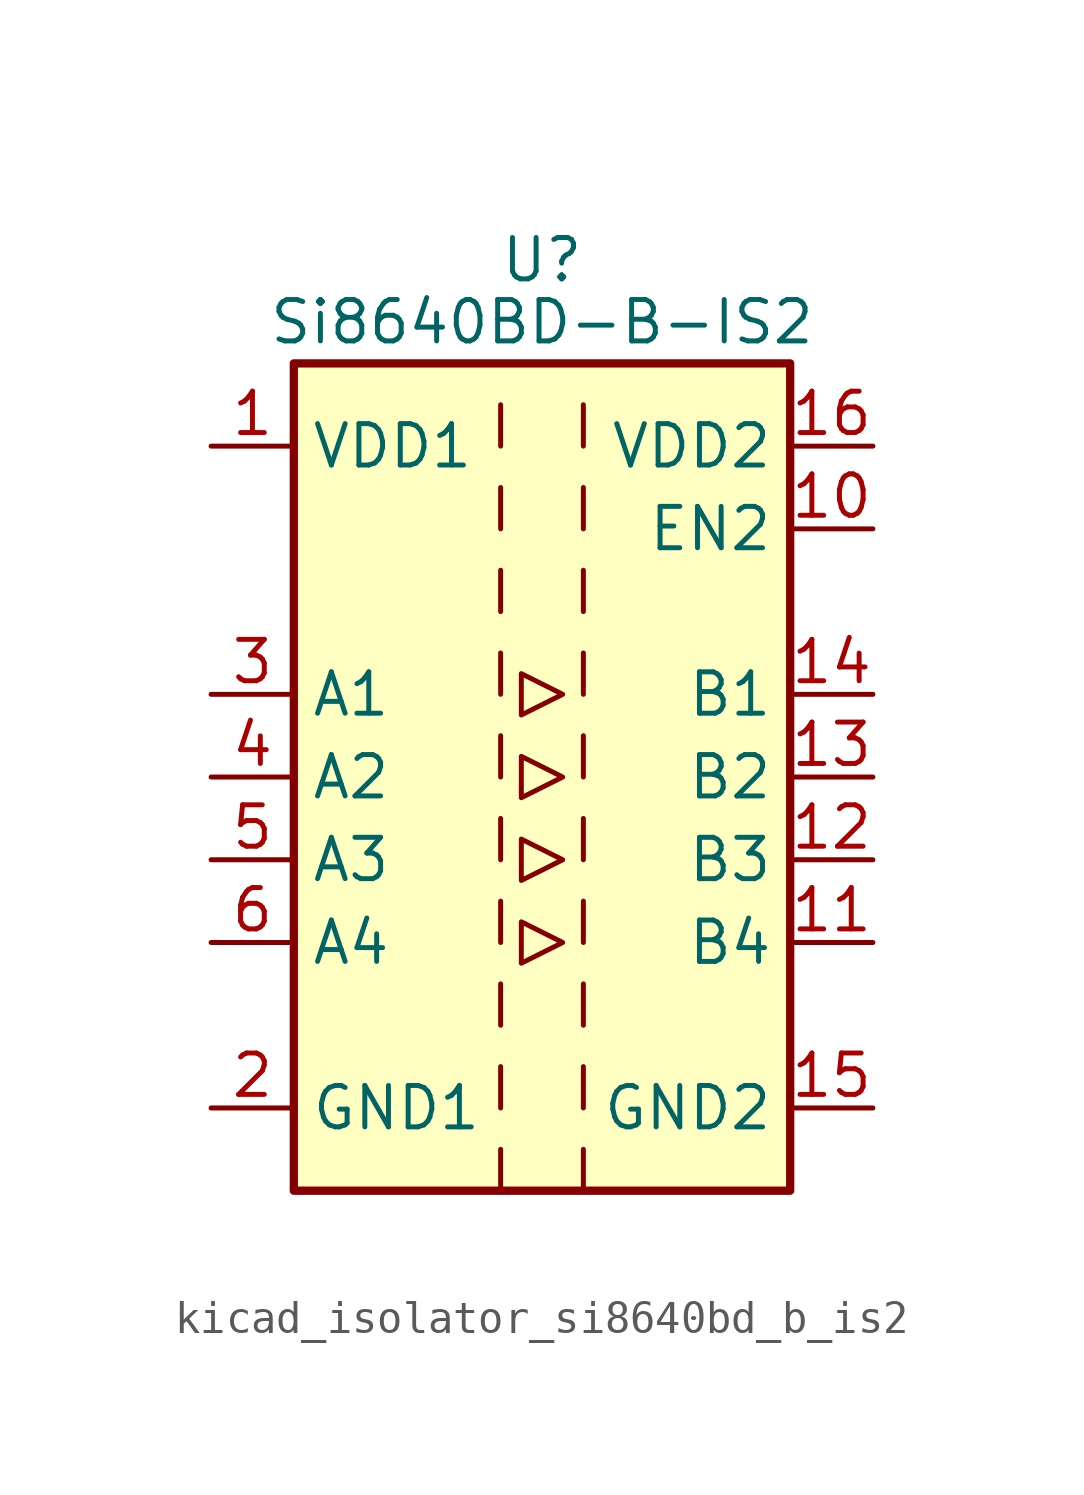
<source format=kicad_sym>
(kicad_symbol_lib
  (version 20220914)
  (generator kicad_symbol_editor)
  (symbol "kicad_isolator_si8640bd_b_is2"
    (property "Reference" "U"
      (at 0 15.875 0)
      (effects (font (size 1.27 1.27))))
    (property "Value" "Si8640BD-B-IS2"
      (at 0 13.97 0)
      (effects (font (size 1.27 1.27))))
    (symbol "kicad_isolator_si8640bd_b_is2_0_1"
      (rectangle (start -7.62 12.7) (end 7.62 -12.7) (stroke (width 0.254) (type default)) (fill (type background)))
      (polyline (pts (xy -1.27 -11.43) (xy -1.27 -12.7)) (stroke (width 0) (type default)) (fill (type none)))
      (polyline (pts (xy -1.27 -8.89) (xy -1.27 -10.16)) (stroke (width 0) (type default)) (fill (type none)))
      (polyline (pts (xy -1.27 -6.35) (xy -1.27 -7.62)) (stroke (width 0) (type default)) (fill (type none)))
      (polyline (pts (xy -1.27 -3.81) (xy -1.27 -5.08)) (stroke (width 0) (type default)) (fill (type none)))
      (polyline (pts (xy -1.27 -1.27) (xy -1.27 -2.54)) (stroke (width 0) (type default)) (fill (type none)))
      (polyline (pts (xy -1.27 1.27) (xy -1.27 0)) (stroke (width 0) (type default)) (fill (type none)))
      (polyline (pts (xy -1.27 3.81) (xy -1.27 2.54)) (stroke (width 0) (type default)) (fill (type none)))
      (polyline (pts (xy -1.27 6.35) (xy -1.27 5.08)) (stroke (width 0) (type default)) (fill (type none)))
      (polyline (pts (xy -1.27 8.89) (xy -1.27 7.62)) (stroke (width 0) (type default)) (fill (type none)))
      (polyline (pts (xy -1.27 11.43) (xy -1.27 10.16)) (stroke (width 0) (type default)) (fill (type none)))
      (polyline (pts (xy 1.27 -11.43) (xy 1.27 -12.7)) (stroke (width 0) (type default)) (fill (type none)))
      (polyline (pts (xy 1.27 -8.89) (xy 1.27 -10.16)) (stroke (width 0) (type default)) (fill (type none)))
      (polyline (pts (xy 1.27 -6.35) (xy 1.27 -7.62)) (stroke (width 0) (type default)) (fill (type none)))
      (polyline (pts (xy 1.27 -3.81) (xy 1.27 -5.08)) (stroke (width 0) (type default)) (fill (type none)))
      (polyline (pts (xy 1.27 -1.27) (xy 1.27 -2.54)) (stroke (width 0) (type default)) (fill (type none)))
      (polyline (pts (xy 1.27 1.27) (xy 1.27 0)) (stroke (width 0) (type default)) (fill (type none)))
      (polyline (pts (xy 1.27 3.81) (xy 1.27 2.54)) (stroke (width 0) (type default)) (fill (type none)))
      (polyline (pts (xy 1.27 6.35) (xy 1.27 5.08)) (stroke (width 0) (type default)) (fill (type none)))
      (polyline (pts (xy 1.27 8.89) (xy 1.27 7.62)) (stroke (width 0) (type default)) (fill (type none)))
      (polyline (pts (xy 1.27 11.43) (xy 1.27 10.16)) (stroke (width 0) (type default)) (fill (type none)))
      (polyline (pts (xy -0.635 0.635) (xy -0.635 -0.635) (xy 0.635 0) (xy -0.635 0.635)) (stroke (width 0) (type default)) (fill (type none)))
      (polyline (pts (xy -0.635 3.175) (xy -0.635 1.905) (xy 0.635 2.54) (xy -0.635 3.175)) (stroke (width 0) (type default)) (fill (type none)))
      (polyline (pts (xy 0.635 -5.08) (xy -0.635 -4.445) (xy -0.635 -5.715) (xy 0.635 -5.08)) (stroke (width 0) (type default)) (fill (type none)))
      (polyline (pts (xy 0.635 -2.54) (xy -0.635 -1.905) (xy -0.635 -3.175) (xy 0.635 -2.54)) (stroke (width 0) (type default)) (fill (type none))))
    (symbol "kicad_isolator_si8640bd_b_is2_1_1"
      (pin power_in line (at -10.16 10.16 0) (length 2.54) (name "VDD1" (effects (font (size 1.27 1.27)))) (number "1" (effects (font (size 1.27 1.27)))))
      (pin input line (at 10.16 7.62 180) (length 2.54) (name "EN2" (effects (font (size 1.27 1.27)))) (number "10" (effects (font (size 1.27 1.27)))))
      (pin output line (at 10.16 -5.08 180) (length 2.54) (name "B4" (effects (font (size 1.27 1.27)))) (number "11" (effects (font (size 1.27 1.27)))))
      (pin output line (at 10.16 -2.54 180) (length 2.54) (name "B3" (effects (font (size 1.27 1.27)))) (number "12" (effects (font (size 1.27 1.27)))))
      (pin output line (at 10.16 0 180) (length 2.54) (name "B2" (effects (font (size 1.27 1.27)))) (number "13" (effects (font (size 1.27 1.27)))))
      (pin output line (at 10.16 2.54 180) (length 2.54) (name "B1" (effects (font (size 1.27 1.27)))) (number "14" (effects (font (size 1.27 1.27)))))
      (pin power_in line (at 10.16 -10.16 180) (length 2.54) (name "GND2" (effects (font (size 1.27 1.27)))) (number "15" (effects (font (size 1.27 1.27)))))
      (pin power_in line (at 10.16 10.16 180) (length 2.54) (name "VDD2" (effects (font (size 1.27 1.27)))) (number "16" (effects (font (size 1.27 1.27)))))
      (pin power_in line (at -10.16 -10.16 0) (length 2.54) (name "GND1" (effects (font (size 1.27 1.27)))) (number "2" (effects (font (size 1.27 1.27)))))
      (pin input line (at -10.16 2.54 0) (length 2.54) (name "A1" (effects (font (size 1.27 1.27)))) (number "3" (effects (font (size 1.27 1.27)))))
      (pin input line (at -10.16 0 0) (length 2.54) (name "A2" (effects (font (size 1.27 1.27)))) (number "4" (effects (font (size 1.27 1.27)))))
      (pin input line (at -10.16 -2.54 0) (length 2.54) (name "A3" (effects (font (size 1.27 1.27)))) (number "5" (effects (font (size 1.27 1.27)))))
      (pin input line (at -10.16 -5.08 0) (length 2.54) (name "A4" (effects (font (size 1.27 1.27)))) (number "6" (effects (font (size 1.27 1.27)))))
      (pin no_connect line (at -7.62 7.62 0) (length 2.54) hide (name "NC" (effects (font (size 1.27 1.27)))) (number "7" (effects (font (size 1.27 1.27)))))
      (pin passive line (at -10.16 -10.16 0) (length 2.54) hide (name "GND1" (effects (font (size 1.27 1.27)))) (number "8" (effects (font (size 1.27 1.27)))))
      (pin passive line (at 10.16 -10.16 180) (length 2.54) hide (name "GND2" (effects (font (size 1.27 1.27)))) (number "9" (effects (font (size 1.27 1.27))))))))
</source>
